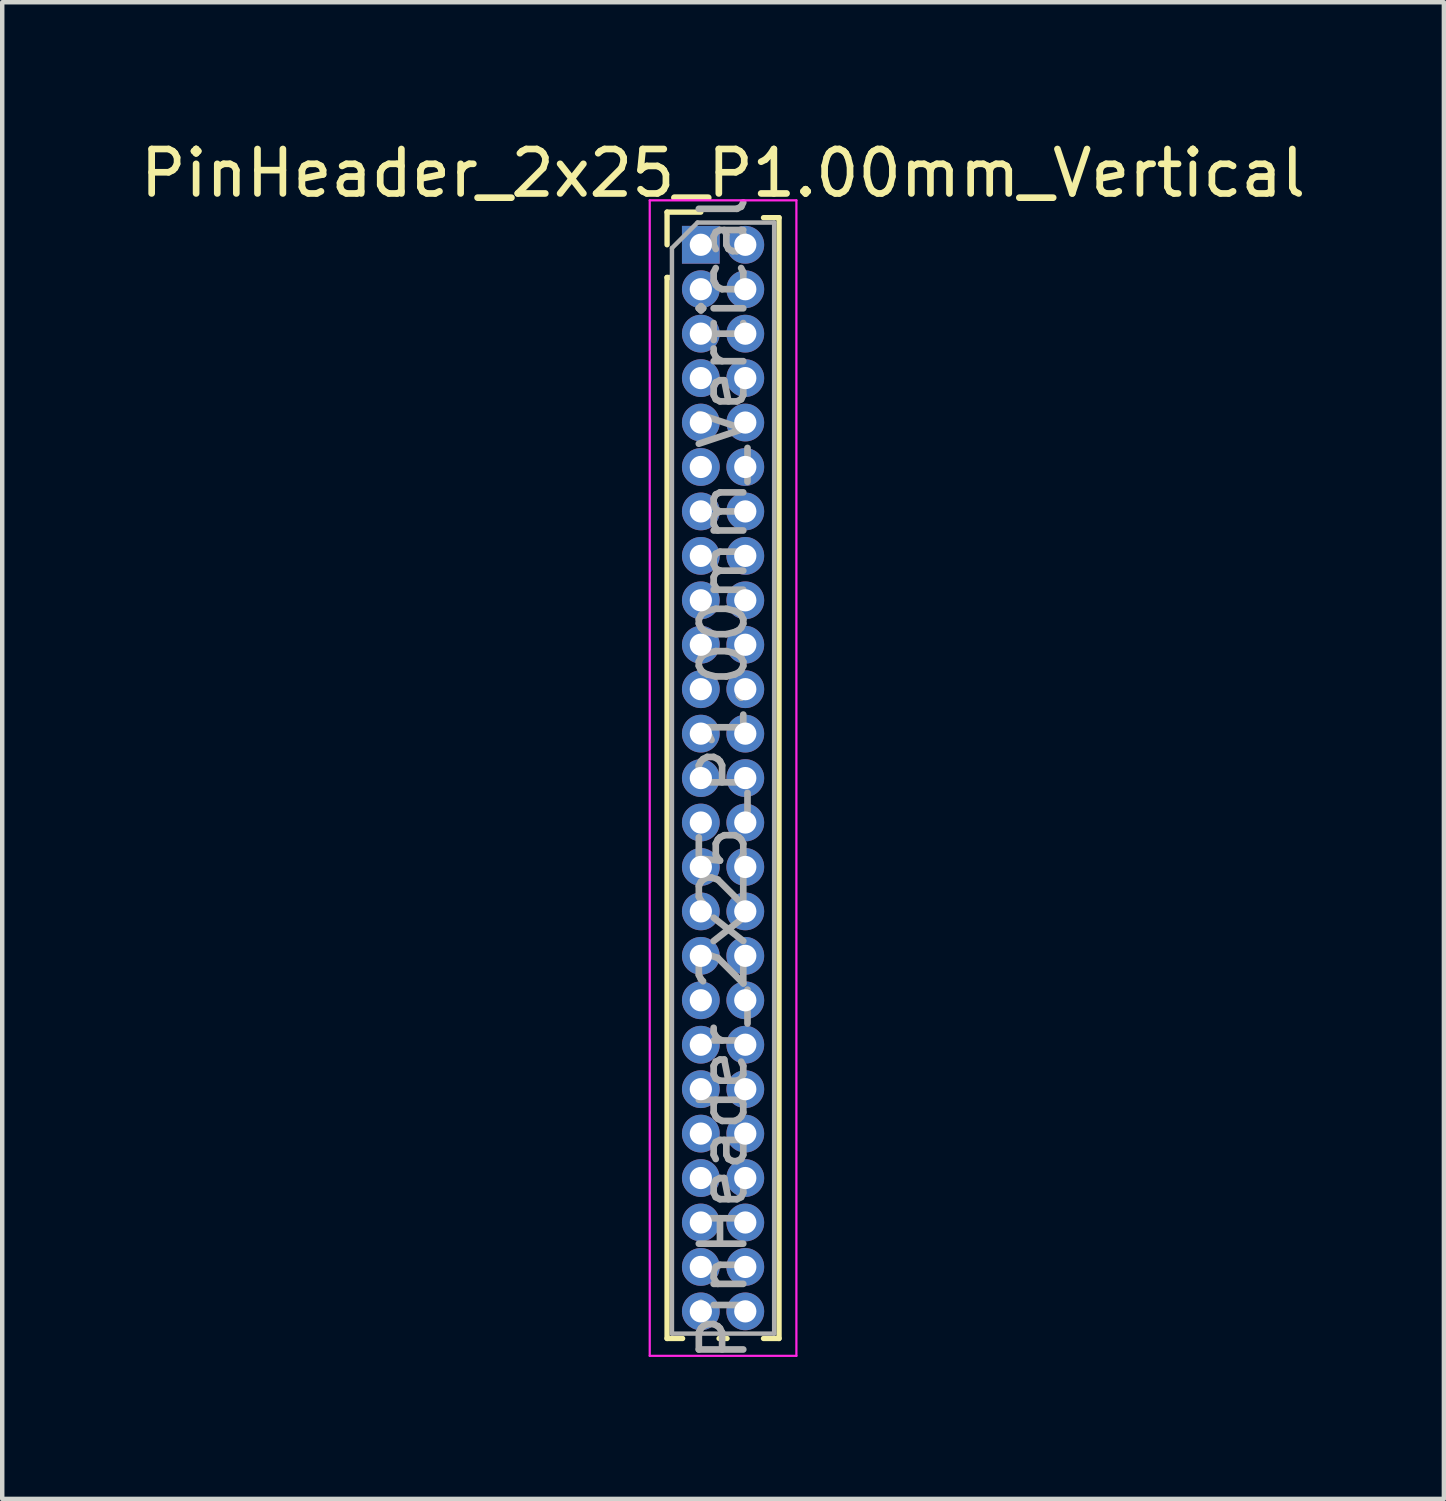
<source format=kicad_pcb>
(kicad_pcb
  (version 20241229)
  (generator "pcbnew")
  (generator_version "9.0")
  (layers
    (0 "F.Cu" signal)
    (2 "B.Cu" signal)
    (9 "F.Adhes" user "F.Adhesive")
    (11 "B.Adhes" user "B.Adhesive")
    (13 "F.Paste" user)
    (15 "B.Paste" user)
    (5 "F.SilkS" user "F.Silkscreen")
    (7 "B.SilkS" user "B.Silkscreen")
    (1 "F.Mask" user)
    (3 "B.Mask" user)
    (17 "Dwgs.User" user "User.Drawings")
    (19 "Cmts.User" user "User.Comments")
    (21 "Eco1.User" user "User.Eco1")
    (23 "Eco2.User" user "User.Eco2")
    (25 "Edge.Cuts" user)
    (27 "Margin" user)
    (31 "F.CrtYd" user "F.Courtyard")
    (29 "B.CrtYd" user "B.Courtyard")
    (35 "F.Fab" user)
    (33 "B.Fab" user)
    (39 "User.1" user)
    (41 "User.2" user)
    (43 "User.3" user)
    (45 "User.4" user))
  (footprint "PinHeader_2x25_P1.00mm_Vertical"
    (layer "F.Cu")
    (at 12.72 2.458)
    (property "Reference" "PinHeader_2x25_P1.00mm_Vertical" (at 0.5 -1.61 0) (layer "F.SilkS") (effects (font (size 1 1) (thickness 0.15))))
    (attr through_hole)
    (fp_line (start -0.76 -0.735) (end 0 -0.735) (stroke (width 0.12) (type solid)) (layer "F.SilkS"))
    (fp_line (start -0.76 0) (end -0.76 -0.735) (stroke (width 0.12) (type solid)) (layer "F.SilkS"))
    (fp_line (start -0.76 0.735) (end -0.76 24.61) (stroke (width 0.12) (type solid)) (layer "F.SilkS"))
    (fp_line (start -0.76 0.735) (end -0.686 0.735) (stroke (width 0.12) (type solid)) (layer "F.SilkS"))
    (fp_line (start -0.76 24.61) (end -0.41 24.61) (stroke (width 0.12) (type solid)) (layer "F.SilkS"))
    (fp_line (start 0.41 24.61) (end 0.59 24.61) (stroke (width 0.12) (type solid)) (layer "F.SilkS"))
    (fp_line (start 1.41 -0.61) (end 1.76 -0.61) (stroke (width 0.12) (type solid)) (layer "F.SilkS"))
    (fp_line (start 1.41 24.61) (end 1.76 24.61) (stroke (width 0.12) (type solid)) (layer "F.SilkS"))
    (fp_line (start 1.76 -0.61) (end 1.76 24.61) (stroke (width 0.12) (type solid)) (layer "F.SilkS"))
    (fp_line (start -1.15 -1) (end -1.15 25) (stroke (width 0.05) (type solid)) (layer "F.CrtYd"))
    (fp_line (start -1.15 25) (end 2.15 25) (stroke (width 0.05) (type solid)) (layer "F.CrtYd"))
    (fp_line (start 2.15 -1) (end -1.15 -1) (stroke (width 0.05) (type solid)) (layer "F.CrtYd"))
    (fp_line (start 2.15 25) (end 2.15 -1) (stroke (width 0.05) (type solid)) (layer "F.CrtYd"))
    (fp_line (start -0.65 0.075) (end -0.075 -0.5) (stroke (width 0.1) (type solid)) (layer "F.Fab"))
    (fp_line (start -0.65 24.5) (end -0.65 0.075) (stroke (width 0.1) (type solid)) (layer "F.Fab"))
    (fp_line (start -0.075 -0.5) (end 1.65 -0.5) (stroke (width 0.1) (type solid)) (layer "F.Fab"))
    (fp_line (start 1.65 -0.5) (end 1.65 24.5) (stroke (width 0.1) (type solid)) (layer "F.Fab"))
    (fp_line (start 1.65 24.5) (end -0.65 24.5) (stroke (width 0.1) (type solid)) (layer "F.Fab"))
    (fp_text user "${REFERENCE}" (at 0.5 12 90) (layer "F.Fab") (effects (font (size 1 1) (thickness 0.15))))
    (pad "1" thru_hole rect (at 0 0) (size 0.85 0.85) (drill 0.5) (layers "*.Cu" "*.Mask"))
    (pad "2" thru_hole circle (at 1 0) (size 0.85 0.85) (drill 0.5) (layers "*.Cu" "*.Mask"))
    (pad "3" thru_hole circle (at 0 1) (size 0.85 0.85) (drill 0.5) (layers "*.Cu" "*.Mask"))
    (pad "4" thru_hole circle (at 1 1) (size 0.85 0.85) (drill 0.5) (layers "*.Cu" "*.Mask"))
    (pad "5" thru_hole circle (at 0 2) (size 0.85 0.85) (drill 0.5) (layers "*.Cu" "*.Mask"))
    (pad "6" thru_hole circle (at 1 2) (size 0.85 0.85) (drill 0.5) (layers "*.Cu" "*.Mask"))
    (pad "7" thru_hole circle (at 0 3) (size 0.85 0.85) (drill 0.5) (layers "*.Cu" "*.Mask"))
    (pad "8" thru_hole circle (at 1 3) (size 0.85 0.85) (drill 0.5) (layers "*.Cu" "*.Mask"))
    (pad "9" thru_hole circle (at 0 4) (size 0.85 0.85) (drill 0.5) (layers "*.Cu" "*.Mask"))
    (pad "10" thru_hole circle (at 1 4) (size 0.85 0.85) (drill 0.5) (layers "*.Cu" "*.Mask"))
    (pad "11" thru_hole circle (at 0 5) (size 0.85 0.85) (drill 0.5) (layers "*.Cu" "*.Mask"))
    (pad "12" thru_hole circle (at 1 5) (size 0.85 0.85) (drill 0.5) (layers "*.Cu" "*.Mask"))
    (pad "13" thru_hole circle (at 0 6) (size 0.85 0.85) (drill 0.5) (layers "*.Cu" "*.Mask"))
    (pad "14" thru_hole circle (at 1 6) (size 0.85 0.85) (drill 0.5) (layers "*.Cu" "*.Mask"))
    (pad "15" thru_hole circle (at 0 7) (size 0.85 0.85) (drill 0.5) (layers "*.Cu" "*.Mask"))
    (pad "16" thru_hole circle (at 1 7) (size 0.85 0.85) (drill 0.5) (layers "*.Cu" "*.Mask"))
    (pad "17" thru_hole circle (at 0 8) (size 0.85 0.85) (drill 0.5) (layers "*.Cu" "*.Mask"))
    (pad "18" thru_hole circle (at 1 8) (size 0.85 0.85) (drill 0.5) (layers "*.Cu" "*.Mask"))
    (pad "19" thru_hole circle (at 0 9) (size 0.85 0.85) (drill 0.5) (layers "*.Cu" "*.Mask"))
    (pad "20" thru_hole circle (at 1 9) (size 0.85 0.85) (drill 0.5) (layers "*.Cu" "*.Mask"))
    (pad "21" thru_hole circle (at 0 10) (size 0.85 0.85) (drill 0.5) (layers "*.Cu" "*.Mask"))
    (pad "22" thru_hole circle (at 1 10) (size 0.85 0.85) (drill 0.5) (layers "*.Cu" "*.Mask"))
    (pad "23" thru_hole circle (at 0 11) (size 0.85 0.85) (drill 0.5) (layers "*.Cu" "*.Mask"))
    (pad "24" thru_hole circle (at 1 11) (size 0.85 0.85) (drill 0.5) (layers "*.Cu" "*.Mask"))
    (pad "25" thru_hole circle (at 0 12) (size 0.85 0.85) (drill 0.5) (layers "*.Cu" "*.Mask"))
    (pad "26" thru_hole circle (at 1 12) (size 0.85 0.85) (drill 0.5) (layers "*.Cu" "*.Mask"))
    (pad "27" thru_hole circle (at 0 13) (size 0.85 0.85) (drill 0.5) (layers "*.Cu" "*.Mask"))
    (pad "28" thru_hole circle (at 1 13) (size 0.85 0.85) (drill 0.5) (layers "*.Cu" "*.Mask"))
    (pad "29" thru_hole circle (at 0 14) (size 0.85 0.85) (drill 0.5) (layers "*.Cu" "*.Mask"))
    (pad "30" thru_hole circle (at 1 14) (size 0.85 0.85) (drill 0.5) (layers "*.Cu" "*.Mask"))
    (pad "31" thru_hole circle (at 0 15) (size 0.85 0.85) (drill 0.5) (layers "*.Cu" "*.Mask"))
    (pad "32" thru_hole circle (at 1 15) (size 0.85 0.85) (drill 0.5) (layers "*.Cu" "*.Mask"))
    (pad "33" thru_hole circle (at 0 16) (size 0.85 0.85) (drill 0.5) (layers "*.Cu" "*.Mask"))
    (pad "34" thru_hole circle (at 1 16) (size 0.85 0.85) (drill 0.5) (layers "*.Cu" "*.Mask"))
    (pad "35" thru_hole circle (at 0 17) (size 0.85 0.85) (drill 0.5) (layers "*.Cu" "*.Mask"))
    (pad "36" thru_hole circle (at 1 17) (size 0.85 0.85) (drill 0.5) (layers "*.Cu" "*.Mask"))
    (pad "37" thru_hole circle (at 0 18) (size 0.85 0.85) (drill 0.5) (layers "*.Cu" "*.Mask"))
    (pad "38" thru_hole circle (at 1 18) (size 0.85 0.85) (drill 0.5) (layers "*.Cu" "*.Mask"))
    (pad "39" thru_hole circle (at 0 19) (size 0.85 0.85) (drill 0.5) (layers "*.Cu" "*.Mask"))
    (pad "40" thru_hole circle (at 1 19) (size 0.85 0.85) (drill 0.5) (layers "*.Cu" "*.Mask"))
    (pad "41" thru_hole circle (at 0 20) (size 0.85 0.85) (drill 0.5) (layers "*.Cu" "*.Mask"))
    (pad "42" thru_hole circle (at 1 20) (size 0.85 0.85) (drill 0.5) (layers "*.Cu" "*.Mask"))
    (pad "43" thru_hole circle (at 0 21) (size 0.85 0.85) (drill 0.5) (layers "*.Cu" "*.Mask"))
    (pad "44" thru_hole circle (at 1 21) (size 0.85 0.85) (drill 0.5) (layers "*.Cu" "*.Mask"))
    (pad "45" thru_hole circle (at 0 22) (size 0.85 0.85) (drill 0.5) (layers "*.Cu" "*.Mask"))
    (pad "46" thru_hole circle (at 1 22) (size 0.85 0.85) (drill 0.5) (layers "*.Cu" "*.Mask"))
    (pad "47" thru_hole circle (at 0 23) (size 0.85 0.85) (drill 0.5) (layers "*.Cu" "*.Mask"))
    (pad "48" thru_hole circle (at 1 23) (size 0.85 0.85) (drill 0.5) (layers "*.Cu" "*.Mask"))
    (pad "49" thru_hole circle (at 0 24) (size 0.85 0.85) (drill 0.5) (layers "*.Cu" "*.Mask"))
    (pad "50" thru_hole circle (at 1 24) (size 0.85 0.85) (drill 0.5) (layers "*.Cu" "*.Mask")))
  (gr_rect
    (start -3 -3)
    (end 29.44 30.678)
    (stroke (width 0.1) (type default))
    (fill no)
    (layer "Edge.Cuts")))
</source>
